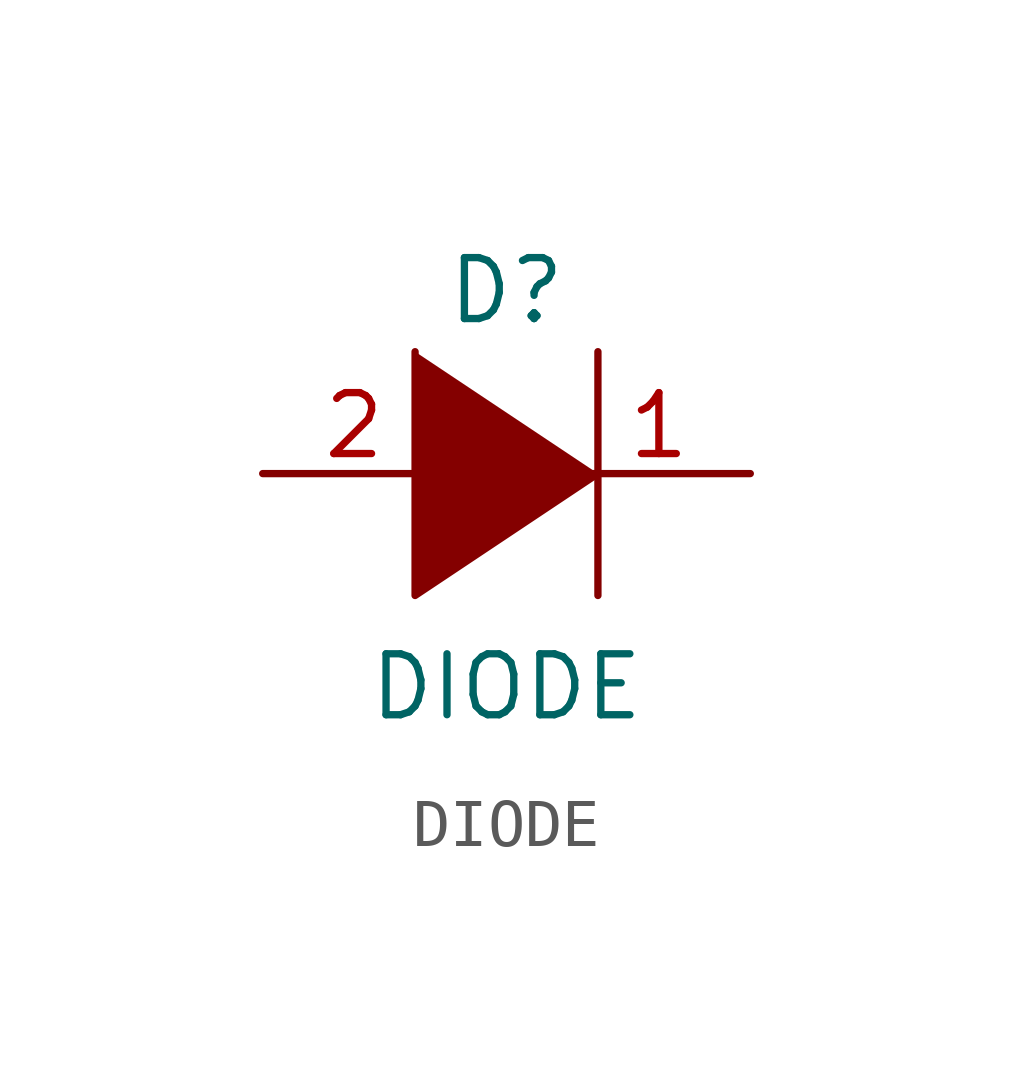
<source format=kicad_sym>
(kicad_symbol_lib
  (version 20211014)
  (generator kicad_symbol_editor)
  (symbol "DIODE"
    (pin_names
      (offset 1.016) hide)
    (property "Reference" "D"
      (at 0 3.81 0)
      (effects (font (size 1.27 1.27))))
    (property "Value" "DIODE"
      (at 0 -4.445 0)
      (effects (font (size 1.27 1.27))))
    (symbol "DIODE_0_1"
      (polyline (pts (xy 1.905 2.54) (xy 1.905 -2.54)) (stroke (width 0) (type default) (color 0 0 0 0)) (fill (type none)))
      (polyline (pts (xy -1.905 2.54) (xy -1.905 -2.54) (xy 1.905 0)) (stroke (width 0) (type default) (color 0 0 0 0)) (fill (type outline))))
    (symbol "DIODE_1_1"
      (pin input line (at 5.08 0 180) (length 3.81) (name "A" (effects (font (size 1.27 1.27)))) (number "1" (effects (font (size 1.27 1.27)))))
      (pin input line (at -5.08 0 0) (length 3.81) (name "K" (effects (font (size 1.27 1.27)))) (number "2" (effects (font (size 1.27 1.27))))))))
</source>
